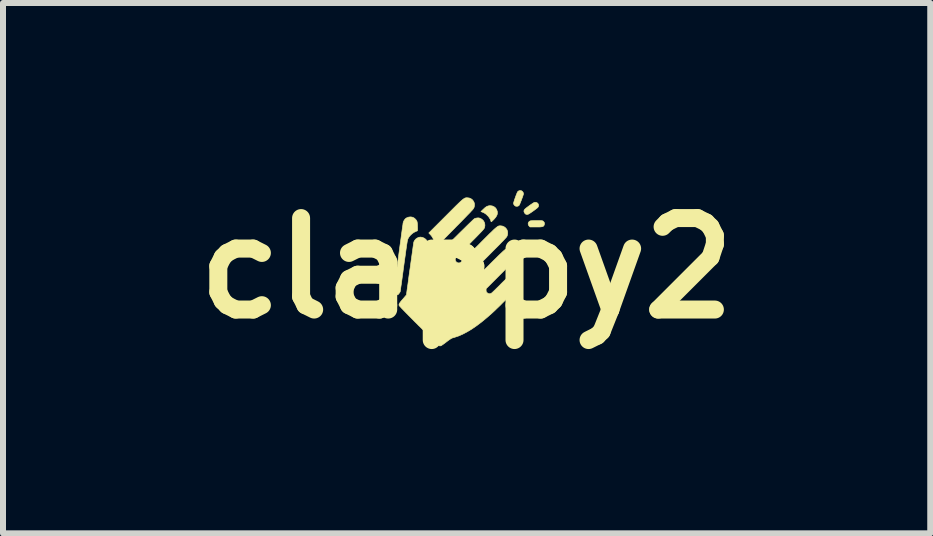
<source format=kicad_pcb>
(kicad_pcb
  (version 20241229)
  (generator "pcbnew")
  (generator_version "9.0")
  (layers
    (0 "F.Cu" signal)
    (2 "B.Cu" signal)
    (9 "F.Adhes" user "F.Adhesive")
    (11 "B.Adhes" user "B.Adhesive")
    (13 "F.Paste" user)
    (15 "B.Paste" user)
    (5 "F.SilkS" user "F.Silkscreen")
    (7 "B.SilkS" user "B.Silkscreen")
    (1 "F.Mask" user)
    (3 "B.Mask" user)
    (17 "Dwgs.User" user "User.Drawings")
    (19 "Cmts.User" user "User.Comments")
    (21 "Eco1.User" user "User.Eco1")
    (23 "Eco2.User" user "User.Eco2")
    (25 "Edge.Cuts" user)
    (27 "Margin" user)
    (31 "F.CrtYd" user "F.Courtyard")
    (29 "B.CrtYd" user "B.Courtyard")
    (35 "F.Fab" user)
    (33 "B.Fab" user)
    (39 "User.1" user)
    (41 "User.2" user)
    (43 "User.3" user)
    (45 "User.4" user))
  (footprint "clappy2"
    (layer "F.Cu")
    (at 4.724 1.418)
    (property "Reference" "clappy2" (at 0 0 0) (layer "F.SilkS") (effects (font (size 1.524 1.524) (thickness 0.3))))
    (attr through_hole)
    (fp_poly (pts (xy 1.202 -0.792) (xy 1.227 -0.792) (xy 1.244 -0.792) (xy 1.257 -0.79) (xy 1.265 -0.789) (xy 1.271 -0.786) (xy 1.277 -0.782) (xy 1.279 -0.78) (xy 1.294 -0.762) (xy 1.298 -0.742) (xy 1.293 -0.719) (xy 1.288 -0.709) (xy 1.281 -0.701) (xy 1.271 -0.695) (xy 1.257 -0.691) (xy 1.238 -0.688) (xy 1.211 -0.686) (xy 1.177 -0.686) (xy 1.154 -0.686) (xy 1.057 -0.686) (xy 1.042 -0.701) (xy 1.029 -0.72) (xy 1.025 -0.741) (xy 1.03 -0.76) (xy 1.042 -0.777) (xy 1.06 -0.788) (xy 1.069 -0.789) (xy 1.086 -0.791) (xy 1.11 -0.792) (xy 1.138 -0.792) (xy 1.168 -0.792) (xy 1.202 -0.792)) (stroke (width 0.01) (type solid)) (fill yes) (layer "F.SilkS"))
    (fp_poly (pts (xy 0.427 -1.037) (xy 0.457 -1.024) (xy 0.482 -1.004) (xy 0.5 -0.978) (xy 0.511 -0.947) (xy 0.513 -0.924) (xy 0.511 -0.899) (xy 0.502 -0.876) (xy 0.487 -0.851) (xy 0.465 -0.824) (xy 0.456 -0.814) (xy 0.436 -0.794) (xy 0.422 -0.781) (xy 0.413 -0.774) (xy 0.409 -0.773) (xy 0.407 -0.777) (xy 0.406 -0.78) (xy 0.403 -0.793) (xy 0.396 -0.811) (xy 0.384 -0.831) (xy 0.371 -0.851) (xy 0.358 -0.867) (xy 0.326 -0.898) (xy 0.292 -0.921) (xy 0.267 -0.932) (xy 0.239 -0.943) (xy 0.279 -0.982) (xy 0.306 -1.007) (xy 0.329 -1.024) (xy 0.351 -1.034) (xy 0.373 -1.04) (xy 0.393 -1.041) (xy 0.427 -1.037)) (stroke (width 0.01) (type solid)) (fill yes) (layer "F.SilkS"))
    (fp_poly (pts (xy 1.168 -1.093) (xy 1.185 -1.082) (xy 1.196 -1.065) (xy 1.2 -1.046) (xy 1.196 -1.026) (xy 1.189 -1.015) (xy 1.18 -1.006) (xy 1.163 -0.992) (xy 1.139 -0.974) (xy 1.109 -0.952) (xy 1.073 -0.927) (xy 1.052 -0.913) (xy 1.03 -0.9) (xy 1.011 -0.895) (xy 0.993 -0.897) (xy 0.987 -0.899) (xy 0.975 -0.908) (xy 0.964 -0.923) (xy 0.957 -0.94) (xy 0.955 -0.95) (xy 0.957 -0.96) (xy 0.961 -0.971) (xy 0.971 -0.983) (xy 0.985 -0.996) (xy 1.007 -1.013) (xy 1.035 -1.034) (xy 1.049 -1.044) (xy 1.076 -1.063) (xy 1.097 -1.077) (xy 1.112 -1.087) (xy 1.124 -1.093) (xy 1.133 -1.096) (xy 1.142 -1.097) (xy 1.147 -1.097) (xy 1.168 -1.093)) (stroke (width 0.01) (type solid)) (fill yes) (layer "F.SilkS"))
    (fp_poly (pts (xy 0.915 -1.289) (xy 0.932 -1.277) (xy 0.943 -1.26) (xy 0.948 -1.241) (xy 0.947 -1.231) (xy 0.943 -1.22) (xy 0.937 -1.201) (xy 0.929 -1.178) (xy 0.919 -1.152) (xy 0.909 -1.125) (xy 0.899 -1.1) (xy 0.89 -1.078) (xy 0.884 -1.062) (xy 0.881 -1.056) (xy 0.87 -1.041) (xy 0.854 -1.033) (xy 0.834 -1.031) (xy 0.817 -1.033) (xy 0.804 -1.041) (xy 0.798 -1.047) (xy 0.787 -1.061) (xy 0.783 -1.076) (xy 0.782 -1.081) (xy 0.784 -1.092) (xy 0.789 -1.109) (xy 0.796 -1.132) (xy 0.805 -1.159) (xy 0.815 -1.187) (xy 0.825 -1.214) (xy 0.835 -1.239) (xy 0.843 -1.259) (xy 0.85 -1.272) (xy 0.851 -1.274) (xy 0.865 -1.286) (xy 0.883 -1.292) (xy 0.904 -1.292) (xy 0.915 -1.289)) (stroke (width 0.01) (type solid)) (fill yes) (layer "F.SilkS"))
    (fp_poly (pts (xy 0.045 -1.169) (xy 0.075 -1.156) (xy 0.099 -1.137) (xy 0.117 -1.112) (xy 0.129 -1.084) (xy 0.132 -1.053) (xy 0.127 -1.021) (xy 0.122 -1.006) (xy 0.119 -1.002) (xy 0.116 -0.997) (xy 0.112 -0.991) (xy 0.107 -0.983) (xy 0.099 -0.974) (xy 0.09 -0.963) (xy 0.077 -0.95) (xy 0.062 -0.933) (xy 0.043 -0.913) (xy 0.019 -0.889) (xy -0.008 -0.861) (xy -0.04 -0.828) (xy -0.078 -0.789) (xy -0.121 -0.745) (xy -0.17 -0.696) (xy -0.225 -0.639) (xy -0.27 -0.594) (xy -0.533 -0.326) (xy -0.534 -0.36) (xy -0.537 -0.414) (xy -0.546 -0.461) (xy -0.562 -0.502) (xy -0.586 -0.539) (xy -0.603 -0.558) (xy -0.63 -0.586) (xy -0.349 -0.867) (xy -0.295 -0.921) (xy -0.248 -0.968) (xy -0.207 -1.009) (xy -0.172 -1.044) (xy -0.141 -1.074) (xy -0.115 -1.099) (xy -0.093 -1.119) (xy -0.075 -1.135) (xy -0.059 -1.148) (xy -0.046 -1.157) (xy -0.035 -1.164) (xy -0.025 -1.169) (xy -0.016 -1.171) (xy -0.007 -1.173) (xy 0.002 -1.173) (xy 0.012 -1.173) (xy 0.012 -1.173) (xy 0.045 -1.169)) (stroke (width 0.01) (type solid)) (fill yes) (layer "F.SilkS"))
    (fp_poly (pts (xy -0.897 -0.848) (xy -0.868 -0.832) (xy -0.844 -0.808) (xy -0.835 -0.794) (xy -0.829 -0.784) (xy -0.825 -0.774) (xy -0.823 -0.763) (xy -0.821 -0.748) (xy -0.819 -0.726) (xy -0.818 -0.697) (xy -0.818 -0.697) (xy -0.817 -0.668) (xy -0.817 -0.647) (xy -0.817 -0.634) (xy -0.819 -0.626) (xy -0.821 -0.622) (xy -0.823 -0.621) (xy -0.831 -0.618) (xy -0.845 -0.612) (xy -0.863 -0.603) (xy -0.867 -0.602) (xy -0.9 -0.581) (xy -0.932 -0.553) (xy -0.958 -0.522) (xy -0.975 -0.493) (xy -0.977 -0.488) (xy -0.979 -0.484) (xy -0.981 -0.479) (xy -0.982 -0.474) (xy -0.984 -0.466) (xy -0.986 -0.457) (xy -0.989 -0.445) (xy -0.991 -0.43) (xy -0.994 -0.411) (xy -0.998 -0.387) (xy -1.002 -0.358) (xy -1.007 -0.323) (xy -1.013 -0.282) (xy -1.019 -0.235) (xy -1.027 -0.179) (xy -1.036 -0.116) (xy -1.046 -0.043) (xy -1.057 0.038) (xy -1.059 0.056) (xy -1.067 0.112) (xy -1.074 0.165) (xy -1.081 0.215) (xy -1.087 0.26) (xy -1.093 0.3) (xy -1.098 0.333) (xy -1.101 0.36) (xy -1.104 0.378) (xy -1.105 0.387) (xy -1.105 0.388) (xy -1.11 0.399) (xy -1.12 0.414) (xy -1.128 0.424) (xy -1.147 0.446) (xy -1.221 0.372) (xy -1.249 0.343) (xy -1.27 0.321) (xy -1.285 0.304) (xy -1.294 0.289) (xy -1.299 0.278) (xy -1.3 0.268) (xy -1.297 0.258) (xy -1.294 0.251) (xy -1.288 0.242) (xy -1.276 0.227) (xy -1.261 0.208) (xy -1.243 0.186) (xy -1.231 0.172) (xy -1.176 0.108) (xy -1.118 -0.313) (xy -1.11 -0.378) (xy -1.101 -0.44) (xy -1.093 -0.499) (xy -1.086 -0.553) (xy -1.079 -0.603) (xy -1.073 -0.647) (xy -1.068 -0.684) (xy -1.063 -0.714) (xy -1.06 -0.737) (xy -1.059 -0.75) (xy -1.058 -0.753) (xy -1.054 -0.768) (xy -1.046 -0.787) (xy -1.039 -0.799) (xy -1.026 -0.817) (xy -1.011 -0.831) (xy -0.995 -0.84) (xy -0.961 -0.852) (xy -0.928 -0.854) (xy -0.897 -0.848)) (stroke (width 0.01) (type solid)) (fill yes) (layer "F.SilkS"))
    (fp_poly (pts (xy 0.204 -0.837) (xy 0.22 -0.833) (xy 0.25 -0.818) (xy 0.275 -0.797) (xy 0.293 -0.769) (xy 0.303 -0.739) (xy 0.305 -0.706) (xy 0.298 -0.673) (xy 0.294 -0.665) (xy 0.29 -0.659) (xy 0.282 -0.648) (xy 0.27 -0.634) (xy 0.254 -0.616) (xy 0.232 -0.593) (xy 0.205 -0.565) (xy 0.173 -0.532) (xy 0.134 -0.492) (xy 0.089 -0.447) (xy 0.049 -0.406) (xy -0.006 -0.351) (xy -0.054 -0.303) (xy -0.095 -0.261) (xy -0.128 -0.227) (xy -0.154 -0.199) (xy -0.173 -0.178) (xy -0.185 -0.164) (xy -0.189 -0.158) (xy -0.189 -0.157) (xy -0.189 -0.134) (xy -0.18 -0.114) (xy -0.166 -0.099) (xy -0.147 -0.089) (xy -0.125 -0.087) (xy -0.103 -0.093) (xy -0.103 -0.094) (xy -0.097 -0.098) (xy -0.085 -0.11) (xy -0.066 -0.127) (xy -0.043 -0.15) (xy -0.014 -0.178) (xy 0.019 -0.21) (xy 0.056 -0.247) (xy 0.095 -0.286) (xy 0.138 -0.329) (xy 0.183 -0.373) (xy 0.201 -0.391) (xy 0.255 -0.446) (xy 0.303 -0.494) (xy 0.345 -0.536) (xy 0.381 -0.572) (xy 0.413 -0.602) (xy 0.439 -0.628) (xy 0.461 -0.649) (xy 0.48 -0.665) (xy 0.496 -0.679) (xy 0.509 -0.688) (xy 0.52 -0.696) (xy 0.53 -0.701) (xy 0.539 -0.704) (xy 0.547 -0.705) (xy 0.555 -0.706) (xy 0.562 -0.706) (xy 0.596 -0.702) (xy 0.626 -0.689) (xy 0.652 -0.669) (xy 0.671 -0.643) (xy 0.674 -0.638) (xy 0.684 -0.605) (xy 0.684 -0.571) (xy 0.677 -0.541) (xy 0.675 -0.536) (xy 0.672 -0.53) (xy 0.668 -0.523) (xy 0.661 -0.514) (xy 0.652 -0.503) (xy 0.639 -0.49) (xy 0.624 -0.473) (xy 0.604 -0.452) (xy 0.58 -0.428) (xy 0.552 -0.398) (xy 0.518 -0.364) (xy 0.478 -0.324) (xy 0.432 -0.278) (xy 0.38 -0.225) (xy 0.371 -0.216) (xy 0.325 -0.17) (xy 0.281 -0.126) (xy 0.24 -0.084) (xy 0.202 -0.045) (xy 0.168 -0.01) (xy 0.138 0.021) (xy 0.112 0.047) (xy 0.092 0.069) (xy 0.078 0.084) (xy 0.07 0.093) (xy 0.069 0.096) (xy 0.067 0.117) (xy 0.073 0.137) (xy 0.085 0.155) (xy 0.102 0.167) (xy 0.111 0.169) (xy 0.117 0.17) (xy 0.124 0.171) (xy 0.13 0.17) (xy 0.138 0.168) (xy 0.146 0.164) (xy 0.157 0.157) (xy 0.169 0.146) (xy 0.185 0.133) (xy 0.205 0.115) (xy 0.228 0.092) (xy 0.257 0.065) (xy 0.29 0.031) (xy 0.33 -0.008) (xy 0.376 -0.053) (xy 0.391 -0.069) (xy 0.442 -0.12) (xy 0.486 -0.163) (xy 0.524 -0.201) (xy 0.556 -0.232) (xy 0.583 -0.257) (xy 0.605 -0.278) (xy 0.622 -0.293) (xy 0.635 -0.304) (xy 0.645 -0.312) (xy 0.65 -0.315) (xy 0.682 -0.324) (xy 0.713 -0.324) (xy 0.743 -0.316) (xy 0.769 -0.301) (xy 0.791 -0.28) (xy 0.807 -0.254) (xy 0.816 -0.224) (xy 0.817 -0.199) (xy 0.814 -0.178) (xy 0.809 -0.158) (xy 0.805 -0.15) (xy 0.799 -0.141) (xy 0.786 -0.126) (xy 0.766 -0.104) (xy 0.738 -0.074) (xy 0.704 -0.038) (xy 0.661 0.005) (xy 0.612 0.055) (xy 0.56 0.107) (xy 0.325 0.343) (xy 0.325 0.368) (xy 0.326 0.385) (xy 0.331 0.397) (xy 0.342 0.409) (xy 0.342 0.409) (xy 0.362 0.423) (xy 0.384 0.427) (xy 0.407 0.421) (xy 0.41 0.419) (xy 0.417 0.414) (xy 0.43 0.403) (xy 0.448 0.386) (xy 0.471 0.364) (xy 0.497 0.338) (xy 0.527 0.309) (xy 0.558 0.278) (xy 0.566 0.269) (xy 0.598 0.237) (xy 0.629 0.207) (xy 0.657 0.18) (xy 0.682 0.157) (xy 0.702 0.138) (xy 0.717 0.124) (xy 0.727 0.117) (xy 0.728 0.116) (xy 0.761 0.104) (xy 0.794 0.103) (xy 0.826 0.11) (xy 0.855 0.128) (xy 0.864 0.135) (xy 0.886 0.162) (xy 0.899 0.193) (xy 0.904 0.226) (xy 0.9 0.259) (xy 0.892 0.28) (xy 0.886 0.287) (xy 0.875 0.3) (xy 0.857 0.318) (xy 0.835 0.342) (xy 0.808 0.369) (xy 0.778 0.4) (xy 0.745 0.434) (xy 0.71 0.469) (xy 0.674 0.505) (xy 0.637 0.542) (xy 0.6 0.578) (xy 0.565 0.614) (xy 0.531 0.647) (xy 0.499 0.677) (xy 0.471 0.705) (xy 0.447 0.727) (xy 0.43 0.743) (xy 0.339 0.823) (xy 0.252 0.895) (xy 0.169 0.958) (xy 0.089 1.013) (xy 0.011 1.06) (xy -0.063 1.099) (xy -0.136 1.131) (xy -0.208 1.155) (xy -0.237 1.163) (xy -0.251 1.169) (xy -0.272 1.182) (xy -0.3 1.201) (xy -0.328 1.222) (xy -0.36 1.247) (xy -0.385 1.265) (xy -0.404 1.278) (xy -0.418 1.288) (xy -0.429 1.293) (xy -0.438 1.295) (xy -0.446 1.295) (xy -0.454 1.293) (xy -0.457 1.292) (xy -0.462 1.288) (xy -0.473 1.277) (xy -0.491 1.261) (xy -0.514 1.238) (xy -0.542 1.211) (xy -0.575 1.178) (xy -0.611 1.142) (xy -0.652 1.102) (xy -0.695 1.059) (xy -0.741 1.013) (xy -0.789 0.965) (xy -0.794 0.961) (xy -0.859 0.896) (xy -0.917 0.837) (xy -0.969 0.785) (xy -1.012 0.741) (xy -1.049 0.703) (xy -1.079 0.672) (xy -1.101 0.648) (xy -1.116 0.632) (xy -1.124 0.622) (xy -1.125 0.62) (xy -1.126 0.61) (xy -1.125 0.601) (xy -1.121 0.59) (xy -1.112 0.577) (xy -1.099 0.559) (xy -1.081 0.537) (xy -1.06 0.513) (xy -1.002 0.445) (xy -0.997 0.404) (xy -0.992 0.367) (xy -0.986 0.323) (xy -0.979 0.275) (xy -0.972 0.223) (xy -0.965 0.168) (xy -0.957 0.11) (xy -0.949 0.052) (xy -0.94 -0.008) (xy -0.932 -0.067) (xy -0.924 -0.124) (xy -0.916 -0.18) (xy -0.909 -0.232) (xy -0.902 -0.28) (xy -0.896 -0.324) (xy -0.891 -0.361) (xy -0.886 -0.392) (xy -0.883 -0.416) (xy -0.88 -0.431) (xy -0.879 -0.437) (xy -0.867 -0.461) (xy -0.848 -0.484) (xy -0.823 -0.502) (xy -0.796 -0.514) (xy -0.769 -0.518) (xy -0.736 -0.513) (xy -0.706 -0.5) (xy -0.679 -0.48) (xy -0.659 -0.454) (xy -0.657 -0.451) (xy -0.654 -0.444) (xy -0.652 -0.436) (xy -0.65 -0.426) (xy -0.648 -0.412) (xy -0.646 -0.393) (xy -0.645 -0.368) (xy -0.643 -0.336) (xy -0.641 -0.295) (xy -0.641 -0.278) (xy -0.639 -0.244) (xy -0.638 -0.218) (xy -0.637 -0.199) (xy -0.635 -0.186) (xy -0.633 -0.178) (xy -0.63 -0.172) (xy -0.626 -0.167) (xy -0.625 -0.165) (xy -0.606 -0.152) (xy -0.583 -0.146) (xy -0.569 -0.146) (xy -0.563 -0.15) (xy -0.55 -0.161) (xy -0.53 -0.179) (xy -0.504 -0.204) (xy -0.471 -0.236) (xy -0.43 -0.276) (xy -0.383 -0.322) (xy -0.329 -0.376) (xy -0.267 -0.437) (xy -0.221 -0.483) (xy -0.172 -0.531) (xy -0.125 -0.578) (xy -0.08 -0.622) (xy -0.038 -0.663) (xy 0.000097 -0.701) (xy 0.035 -0.735) (xy 0.065 -0.764) (xy 0.09 -0.788) (xy 0.11 -0.807) (xy 0.124 -0.819) (xy 0.131 -0.825) (xy 0.131 -0.825) (xy 0.153 -0.833) (xy 0.179 -0.837) (xy 0.204 -0.837)) (stroke (width 0.01) (type solid)) (fill yes) (layer "F.SilkS")))
  (gr_rect
    (start -3 -3)
    (end 12.449 5.836)
    (stroke (width 0.1) (type default))
    (fill no)
    (layer "Edge.Cuts")))
</source>
